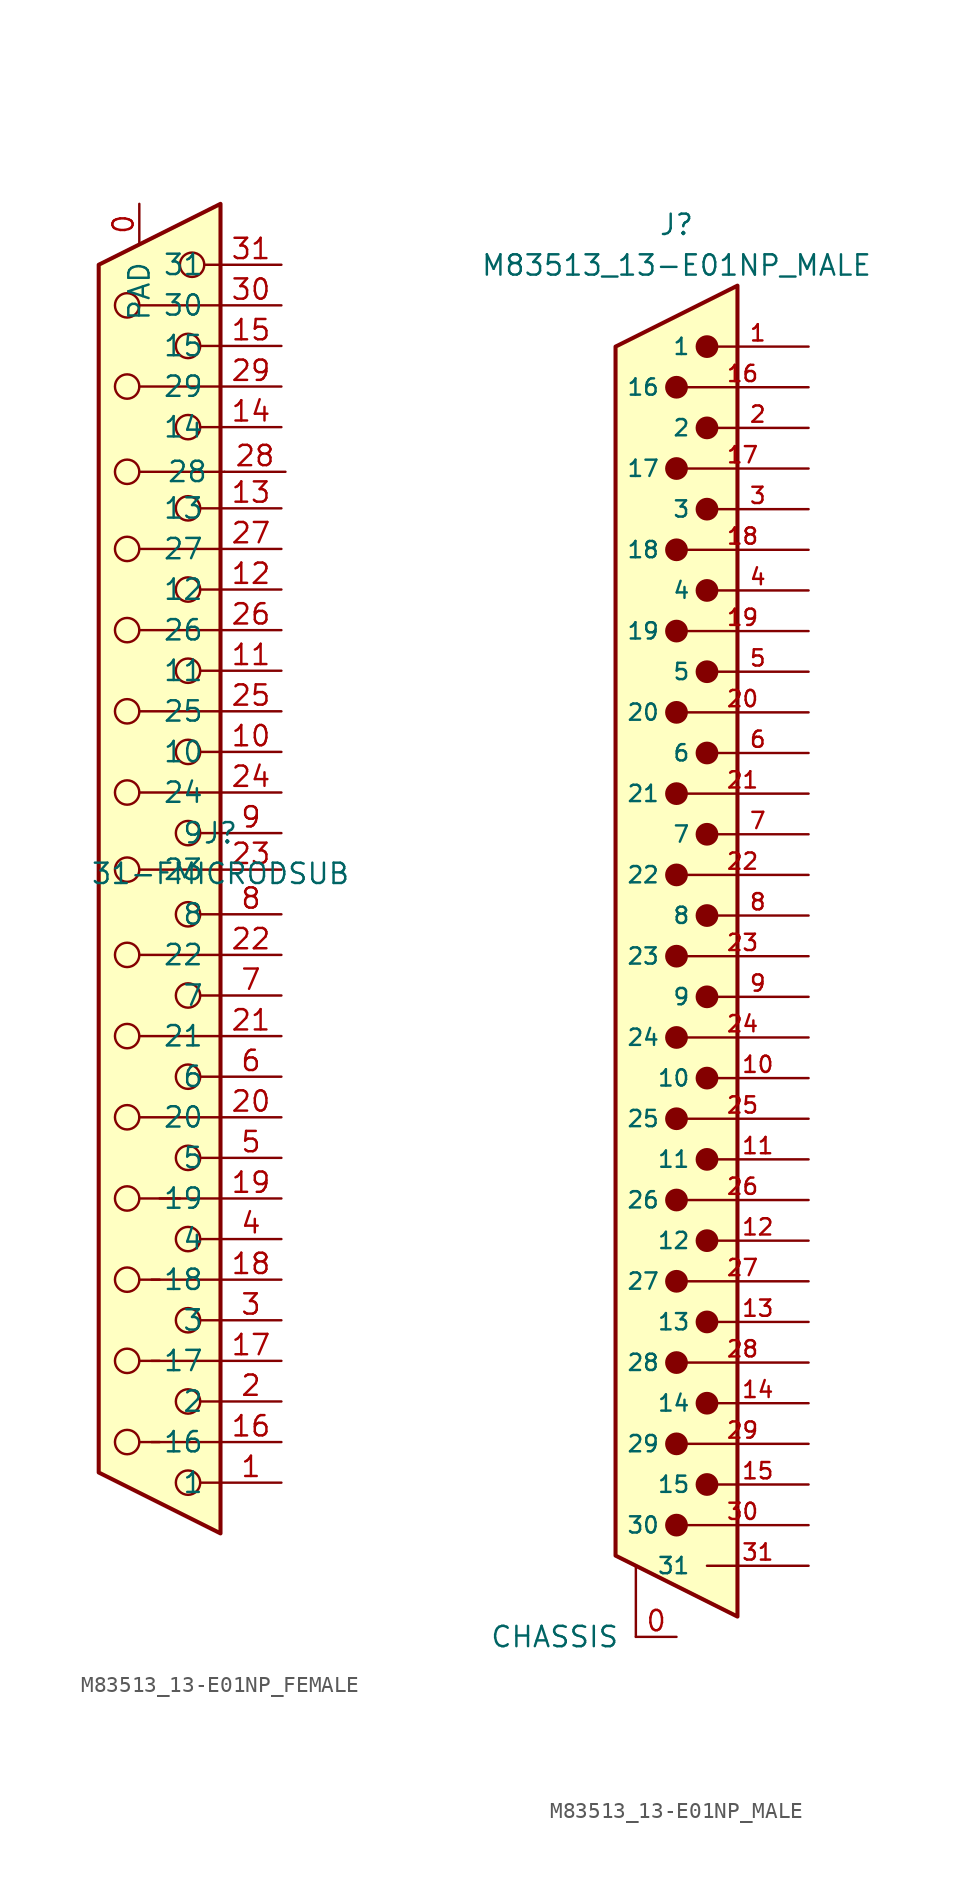
<source format=kicad_sym>
(kicad_symbol_lib
  (version 20241209)
  (generator "kicad_symbol_editor")
  (generator_version "9.0")
  (symbol "M83513_13-E01NP_FEMALE"
    (pin_names
      (offset 1.016))
    (property "Reference" "J"
      (at 0 2.54 0)
      (effects (font (size 1.27 1.27))))
    (property "Value" "31-FMICRODSUB"
      (at 0 0 0)
      (effects (font (size 1.27 1.27))))
    (symbol "M83513_13-E01NP_FEMALE_0_1"
      (circle (center -5.842 35.56) (radius 0.762) (stroke (width 0) (type default)) (fill (type none)))
      (circle (center -5.842 30.48) (radius 0.762) (stroke (width 0) (type default)) (fill (type none)))
      (circle (center -5.842 25.146) (radius 0.762) (stroke (width 0) (type default)) (fill (type none)))
      (circle (center -5.842 20.32) (radius 0.762) (stroke (width 0) (type default)) (fill (type none)))
      (circle (center -5.842 15.24) (radius 0.762) (stroke (width 0) (type default)) (fill (type none)))
      (circle (center -5.842 10.16) (radius 0.762) (stroke (width 0) (type default)) (fill (type none)))
      (circle (center -5.842 5.08) (radius 0.762) (stroke (width 0) (type default)) (fill (type none)))
      (circle (center -5.842 0.254) (radius 0.762) (stroke (width 0) (type default)) (fill (type none)))
      (circle (center -5.842 -5.08) (radius 0.762) (stroke (width 0) (type default)) (fill (type none)))
      (circle (center -5.842 -10.16) (radius 0.762) (stroke (width 0) (type default)) (fill (type none)))
      (circle (center -5.842 -15.24) (radius 0.762) (stroke (width 0) (type default)) (fill (type none)))
      (circle (center -5.842 -20.32) (radius 0.762) (stroke (width 0) (type default)) (fill (type none)))
      (circle (center -5.842 -25.4) (radius 0.762) (stroke (width 0) (type default)) (fill (type none)))
      (circle (center -5.842 -30.48) (radius 0.762) (stroke (width 0) (type default)) (fill (type none)))
      (circle (center -5.842 -35.56) (radius 0.762) (stroke (width 0) (type default)) (fill (type none)))
      (polyline (pts (xy -3.81 -25.4) (xy -5.08 -25.4)) (stroke (width 0) (type default)) (fill (type none)))
      (polyline (pts (xy -3.81 -30.48) (xy -5.08 -30.48)) (stroke (width 0) (type default)) (fill (type none)))
      (polyline (pts (xy -3.81 -35.56) (xy -5.08 -35.56)) (stroke (width 0) (type default)) (fill (type none)))
      (polyline (pts (xy -2.54 -20.32) (xy -3.81 -20.32)) (stroke (width 0) (type default)) (fill (type none)))
      (circle (center -2.032 33.02) (radius 0.762) (stroke (width 0) (type default)) (fill (type none)))
      (circle (center -2.032 27.94) (radius 0.762) (stroke (width 0) (type default)) (fill (type none)))
      (circle (center -2.032 22.86) (radius 0.762) (stroke (width 0) (type default)) (fill (type none)))
      (circle (center -2.032 17.78) (radius 0.762) (stroke (width 0) (type default)) (fill (type none)))
      (circle (center -2.032 12.7) (radius 0.762) (stroke (width 0) (type default)) (fill (type none)))
      (circle (center -2.032 7.62) (radius 0.762) (stroke (width 0) (type default)) (fill (type none)))
      (circle (center -2.032 2.54) (radius 0.762) (stroke (width 0) (type default)) (fill (type none)))
      (circle (center -2.032 -2.54) (radius 0.762) (stroke (width 0) (type default)) (fill (type none)))
      (circle (center -2.032 -7.62) (radius 0.762) (stroke (width 0) (type default)) (fill (type none)))
      (circle (center -2.032 -12.7) (radius 0.762) (stroke (width 0) (type default)) (fill (type none)))
      (circle (center -2.032 -17.78) (radius 0.762) (stroke (width 0) (type default)) (fill (type none)))
      (circle (center -2.032 -22.86) (radius 0.762) (stroke (width 0) (type default)) (fill (type none)))
      (circle (center -2.032 -27.94) (radius 0.762) (stroke (width 0) (type default)) (fill (type none)))
      (circle (center -2.032 -33.02) (radius 0.762) (stroke (width 0) (type default)) (fill (type none)))
      (circle (center -2.032 -38.1) (radius 0.762) (stroke (width 0) (type default)) (fill (type none)))
      (circle (center -1.778 38.1) (radius 0.762) (stroke (width 0) (type default)) (fill (type none)))
      (polyline (pts (xy 0 41.91) (xy -7.62 38.1) (xy -7.62 -37.465) (xy 0 -41.275) (xy 0 41.91)) (stroke (width 0.254) (type default)) (fill (type background)))
      (polyline (pts (xy 0 38.1) (xy -1.016 38.1)) (stroke (width 0) (type default)) (fill (type none)))
      (polyline (pts (xy 0 35.56) (xy -5.08 35.56)) (stroke (width 0) (type default)) (fill (type none)))
      (polyline (pts (xy 0 33.02) (xy -1.27 33.02)) (stroke (width 0) (type default)) (fill (type none)))
      (polyline (pts (xy 0 30.48) (xy -5.08 30.48)) (stroke (width 0) (type default)) (fill (type none)))
      (polyline (pts (xy 0 27.94) (xy -1.27 27.94)) (stroke (width 0) (type default)) (fill (type none)))
      (polyline (pts (xy 0 22.86) (xy -1.27 22.86)) (stroke (width 0) (type default)) (fill (type none)))
      (polyline (pts (xy 0 20.32) (xy -5.08 20.32)) (stroke (width 0) (type default)) (fill (type none)))
      (polyline (pts (xy 0 17.78) (xy -1.27 17.78)) (stroke (width 0) (type default)) (fill (type none)))
      (polyline (pts (xy 0 15.24) (xy -5.08 15.24)) (stroke (width 0) (type default)) (fill (type none)))
      (polyline (pts (xy 0 12.7) (xy -1.27 12.7)) (stroke (width 0) (type default)) (fill (type none)))
      (polyline (pts (xy 0 10.16) (xy -5.08 10.16)) (stroke (width 0) (type default)) (fill (type none)))
      (polyline (pts (xy 0 7.62) (xy -1.27 7.62)) (stroke (width 0) (type default)) (fill (type none)))
      (polyline (pts (xy 0 5.08) (xy -5.08 5.08)) (stroke (width 0) (type default)) (fill (type none)))
      (polyline (pts (xy 0 2.54) (xy -1.27 2.54)) (stroke (width 0) (type default)) (fill (type none)))
      (polyline (pts (xy 0 0.254) (xy -5.08 0.254)) (stroke (width 0) (type default)) (fill (type none)))
      (polyline (pts (xy 0 -2.54) (xy -1.27 -2.54)) (stroke (width 0) (type default)) (fill (type none)))
      (polyline (pts (xy 0 -5.08) (xy -5.08 -5.08)) (stroke (width 0) (type default)) (fill (type none)))
      (polyline (pts (xy 0 -7.62) (xy -1.27 -7.62)) (stroke (width 0) (type default)) (fill (type none)))
      (polyline (pts (xy 0 -10.16) (xy -5.08 -10.16)) (stroke (width 0) (type default)) (fill (type none)))
      (polyline (pts (xy 0 -12.7) (xy -1.27 -12.7)) (stroke (width 0) (type default)) (fill (type none)))
      (polyline (pts (xy 0 -15.24) (xy -5.08 -15.24)) (stroke (width 0) (type default)) (fill (type none)))
      (polyline (pts (xy 0 -17.78) (xy -1.27 -17.78)) (stroke (width 0) (type default)) (fill (type none)))
      (polyline (pts (xy 0 -20.32) (xy -5.08 -20.32)) (stroke (width 0) (type default)) (fill (type none)))
      (polyline (pts (xy 0 -22.86) (xy -1.27 -22.86)) (stroke (width 0) (type default)) (fill (type none)))
      (polyline (pts (xy 0 -25.4) (xy -4.318 -25.4)) (stroke (width 0) (type default)) (fill (type none)))
      (polyline (pts (xy 0 -27.94) (xy -1.27 -27.94)) (stroke (width 0) (type default)) (fill (type none)))
      (polyline (pts (xy 0 -30.48) (xy -4.318 -30.48)) (stroke (width 0) (type default)) (fill (type none)))
      (polyline (pts (xy 0 -33.02) (xy -1.27 -33.02)) (stroke (width 0) (type default)) (fill (type none)))
      (polyline (pts (xy 0 -35.56) (xy -4.318 -35.56)) (stroke (width 0) (type default)) (fill (type none)))
      (polyline (pts (xy 0 -38.1) (xy -1.27 -38.1)) (stroke (width 0) (type default)) (fill (type none)))
      (polyline (pts (xy 0.254 25.146) (xy -5.08 25.146)) (stroke (width 0) (type default)) (fill (type none))))
    (symbol "M83513_13-E01NP_FEMALE_1_1"
      (pin passive line (at -5.08 41.91 270) (length 2.54) (name "PAD" (effects (font (size 1.27 1.27)))) (number "0" (effects (font (size 1.27 1.27)))))
      (pin passive line (at 3.81 38.1 180) (length 3.81) (name "31" (effects (font (size 1.27 1.27)))) (number "31" (effects (font (size 1.27 1.27)))))
      (pin passive line (at 3.81 35.56 180) (length 3.81) (name "30" (effects (font (size 1.27 1.27)))) (number "30" (effects (font (size 1.27 1.27)))))
      (pin passive line (at 3.81 33.02 180) (length 3.81) (name "15" (effects (font (size 1.27 1.27)))) (number "15" (effects (font (size 1.27 1.27)))))
      (pin passive line (at 3.81 30.48 180) (length 3.81) (name "29" (effects (font (size 1.27 1.27)))) (number "29" (effects (font (size 1.27 1.27)))))
      (pin passive line (at 3.81 27.94 180) (length 3.81) (name "14" (effects (font (size 1.27 1.27)))) (number "14" (effects (font (size 1.27 1.27)))))
      (pin passive line (at 3.81 22.86 180) (length 3.81) (name "13" (effects (font (size 1.27 1.27)))) (number "13" (effects (font (size 1.27 1.27)))))
      (pin passive line (at 3.81 20.32 180) (length 3.81) (name "27" (effects (font (size 1.27 1.27)))) (number "27" (effects (font (size 1.27 1.27)))))
      (pin passive line (at 3.81 17.78 180) (length 3.81) (name "12" (effects (font (size 1.27 1.27)))) (number "12" (effects (font (size 1.27 1.27)))))
      (pin passive line (at 3.81 15.24 180) (length 3.81) (name "26" (effects (font (size 1.27 1.27)))) (number "26" (effects (font (size 1.27 1.27)))))
      (pin passive line (at 3.81 12.7 180) (length 3.81) (name "11" (effects (font (size 1.27 1.27)))) (number "11" (effects (font (size 1.27 1.27)))))
      (pin passive line (at 3.81 10.16 180) (length 3.81) (name "25" (effects (font (size 1.27 1.27)))) (number "25" (effects (font (size 1.27 1.27)))))
      (pin passive line (at 3.81 7.62 180) (length 3.81) (name "10" (effects (font (size 1.27 1.27)))) (number "10" (effects (font (size 1.27 1.27)))))
      (pin passive line (at 3.81 5.08 180) (length 3.81) (name "24" (effects (font (size 1.27 1.27)))) (number "24" (effects (font (size 1.27 1.27)))))
      (pin passive line (at 3.81 2.54 180) (length 3.81) (name "9" (effects (font (size 1.27 1.27)))) (number "9" (effects (font (size 1.27 1.27)))))
      (pin passive line (at 3.81 0.254 180) (length 3.81) (name "23" (effects (font (size 1.27 1.27)))) (number "23" (effects (font (size 1.27 1.27)))))
      (pin passive line (at 3.81 -2.54 180) (length 3.81) (name "8" (effects (font (size 1.27 1.27)))) (number "8" (effects (font (size 1.27 1.27)))))
      (pin passive line (at 3.81 -5.08 180) (length 3.81) (name "22" (effects (font (size 1.27 1.27)))) (number "22" (effects (font (size 1.27 1.27)))))
      (pin passive line (at 3.81 -7.62 180) (length 3.81) (name "7" (effects (font (size 1.27 1.27)))) (number "7" (effects (font (size 1.27 1.27)))))
      (pin passive line (at 3.81 -10.16 180) (length 3.81) (name "21" (effects (font (size 1.27 1.27)))) (number "21" (effects (font (size 1.27 1.27)))))
      (pin passive line (at 3.81 -12.7 180) (length 3.81) (name "6" (effects (font (size 1.27 1.27)))) (number "6" (effects (font (size 1.27 1.27)))))
      (pin passive line (at 3.81 -15.24 180) (length 3.81) (name "20" (effects (font (size 1.27 1.27)))) (number "20" (effects (font (size 1.27 1.27)))))
      (pin passive line (at 3.81 -17.78 180) (length 3.81) (name "5" (effects (font (size 1.27 1.27)))) (number "5" (effects (font (size 1.27 1.27)))))
      (pin passive line (at 3.81 -20.32 180) (length 3.81) (name "19" (effects (font (size 1.27 1.27)))) (number "19" (effects (font (size 1.27 1.27)))))
      (pin passive line (at 3.81 -22.86 180) (length 3.81) (name "4" (effects (font (size 1.27 1.27)))) (number "4" (effects (font (size 1.27 1.27)))))
      (pin passive line (at 3.81 -25.4 180) (length 3.81) (name "18" (effects (font (size 1.27 1.27)))) (number "18" (effects (font (size 1.27 1.27)))))
      (pin passive line (at 3.81 -27.94 180) (length 3.81) (name "3" (effects (font (size 1.27 1.27)))) (number "3" (effects (font (size 1.27 1.27)))))
      (pin passive line (at 3.81 -30.48 180) (length 3.81) (name "17" (effects (font (size 1.27 1.27)))) (number "17" (effects (font (size 1.27 1.27)))))
      (pin passive line (at 3.81 -33.02 180) (length 3.81) (name "2" (effects (font (size 1.27 1.27)))) (number "2" (effects (font (size 1.27 1.27)))))
      (pin passive line (at 3.81 -35.56 180) (length 3.81) (name "16" (effects (font (size 1.27 1.27)))) (number "16" (effects (font (size 1.27 1.27)))))
      (pin passive line (at 3.81 -38.1 180) (length 3.81) (name "1" (effects (font (size 1.27 1.27)))) (number "1" (effects (font (size 1.27 1.27)))))
      (pin passive line (at 4.064 25.146 180) (length 3.81) (name "28" (effects (font (size 1.27 1.27)))) (number "28" (effects (font (size 1.27 1.27)))))))
  (symbol "M83513_13-E01NP_MALE"
    (pin_names
      (offset 1.016))
    (property "Reference" "J"
      (at -8.89 44.45 0)
      (effects (font (size 1.27 1.27))))
    (property "Value" "M83513_13-E01NP_MALE"
      (at -8.89 41.91 0)
      (effects (font (size 1.27 1.27))))
    (symbol "M83513_13-E01NP_MALE_0_0"
      (pin bidirectional line (at -0.635 36.83 180) (length 6.35) (name "1" (effects (font (size 1.016 1.016)))) (number "1" (effects (font (size 1.016 1.016)))))
      (pin bidirectional line (at -0.635 34.29 180) (length 8.255) (name "16" (effects (font (size 1.016 1.016)))) (number "16" (effects (font (size 1.016 1.016)))))
      (pin bidirectional line (at -0.635 31.75 180) (length 6.35) (name "2" (effects (font (size 1.016 1.016)))) (number "2" (effects (font (size 1.016 1.016)))))
      (pin bidirectional line (at -0.635 29.21 180) (length 8.255) (name "17" (effects (font (size 1.016 1.016)))) (number "17" (effects (font (size 1.016 1.016)))))
      (pin bidirectional line (at -0.635 26.67 180) (length 6.35) (name "3" (effects (font (size 1.016 1.016)))) (number "3" (effects (font (size 1.016 1.016)))))
      (pin bidirectional line (at -0.635 24.13 180) (length 8.255) (name "18" (effects (font (size 1.016 1.016)))) (number "18" (effects (font (size 1.016 1.016)))))
      (pin bidirectional line (at -0.635 21.59 180) (length 6.35) (name "4" (effects (font (size 1.016 1.016)))) (number "4" (effects (font (size 1.016 1.016)))))
      (pin bidirectional line (at -0.635 19.05 180) (length 8.255) (name "19" (effects (font (size 1.016 1.016)))) (number "19" (effects (font (size 1.016 1.016)))))
      (pin bidirectional line (at -0.635 16.51 180) (length 6.35) (name "5" (effects (font (size 1.016 1.016)))) (number "5" (effects (font (size 1.016 1.016)))))
      (pin bidirectional line (at -0.635 13.97 180) (length 8.255) (name "20" (effects (font (size 1.016 1.016)))) (number "20" (effects (font (size 1.016 1.016)))))
      (pin bidirectional line (at -0.635 11.43 180) (length 6.35) (name "6" (effects (font (size 1.016 1.016)))) (number "6" (effects (font (size 1.016 1.016)))))
      (pin bidirectional line (at -0.635 8.89 180) (length 8.255) (name "21" (effects (font (size 1.016 1.016)))) (number "21" (effects (font (size 1.016 1.016)))))
      (pin bidirectional line (at -0.635 6.35 180) (length 6.35) (name "7" (effects (font (size 1.016 1.016)))) (number "7" (effects (font (size 1.016 1.016)))))
      (pin bidirectional line (at -0.635 3.81 180) (length 8.255) (name "22" (effects (font (size 1.016 1.016)))) (number "22" (effects (font (size 1.016 1.016)))))
      (pin bidirectional line (at -0.635 1.27 180) (length 6.35) (name "8" (effects (font (size 1.016 1.016)))) (number "8" (effects (font (size 1.016 1.016)))))
      (pin bidirectional line (at -0.635 -1.27 180) (length 8.255) (name "23" (effects (font (size 1.016 1.016)))) (number "23" (effects (font (size 1.016 1.016)))))
      (pin bidirectional line (at -0.635 -3.81 180) (length 6.35) (name "9" (effects (font (size 1.016 1.016)))) (number "9" (effects (font (size 1.016 1.016)))))
      (pin bidirectional line (at -0.635 -8.89 180) (length 6.35) (name "10" (effects (font (size 1.016 1.016)))) (number "10" (effects (font (size 1.016 1.016)))))
      (pin bidirectional line (at -0.635 -11.43 180) (length 8.255) (name "25" (effects (font (size 1.016 1.016)))) (number "25" (effects (font (size 1.016 1.016)))))
      (pin bidirectional line (at -0.635 -13.97 180) (length 6.35) (name "11" (effects (font (size 1.016 1.016)))) (number "11" (effects (font (size 1.016 1.016)))))
      (pin bidirectional line (at -0.635 -16.51 180) (length 8.255) (name "26" (effects (font (size 1.016 1.016)))) (number "26" (effects (font (size 1.016 1.016)))))
      (pin bidirectional line (at -0.635 -19.05 180) (length 6.35) (name "12" (effects (font (size 1.016 1.016)))) (number "12" (effects (font (size 1.016 1.016)))))
      (pin bidirectional line (at -0.635 -21.59 180) (length 8.255) (name "27" (effects (font (size 1.016 1.016)))) (number "27" (effects (font (size 1.016 1.016)))))
      (pin bidirectional line (at -0.635 -24.13 180) (length 6.35) (name "13" (effects (font (size 1.016 1.016)))) (number "13" (effects (font (size 1.016 1.016)))))
      (pin bidirectional line (at -0.635 -26.67 180) (length 8.255) (name "28" (effects (font (size 1.016 1.016)))) (number "28" (effects (font (size 1.016 1.016)))))
      (pin bidirectional line (at -0.635 -29.21 180) (length 6.35) (name "14" (effects (font (size 1.016 1.016)))) (number "14" (effects (font (size 1.016 1.016)))))
      (pin bidirectional line (at -0.635 -31.75 180) (length 8.255) (name "29" (effects (font (size 1.016 1.016)))) (number "29" (effects (font (size 1.016 1.016)))))
      (pin bidirectional line (at -0.635 -34.29 180) (length 6.35) (name "15" (effects (font (size 1.016 1.016)))) (number "15" (effects (font (size 1.016 1.016)))))
      (pin bidirectional line (at -0.635 -36.83 180) (length 8.255) (name "30" (effects (font (size 1.016 1.016)))) (number "30" (effects (font (size 1.016 1.016)))))
      (pin bidirectional line (at -0.635 -39.37 180) (length 6.35) (name "31" (effects (font (size 1.016 1.016)))) (number "31" (effects (font (size 1.016 1.016))))))
    (symbol "M83513_13-E01NP_MALE_0_1"
      (polyline (pts (xy -5.08 40.64) (xy -12.7 36.83) (xy -12.7 -38.735) (xy -5.08 -42.545) (xy -5.08 40.64)) (stroke (width 0.254) (type default)) (fill (type background))))
    (symbol "M83513_13-E01NP_MALE_1_0"
      (pin bidirectional line (at -0.635 -6.35 180) (length 8.255) (name "24" (effects (font (size 1.016 1.016)))) (number "24" (effects (font (size 1.016 1.016))))))
    (symbol "M83513_13-E01NP_MALE_1_1"
      (polyline (pts (xy -11.43 -43.815) (xy -11.43 -39.37)) (stroke (width 0) (type default)) (fill (type none)))
      (circle (center -8.89 34.29) (radius 0.635) (stroke (width 0) (type solid)) (fill (type outline)))
      (circle (center -8.89 29.21) (radius 0.635) (stroke (width 0) (type solid)) (fill (type outline)))
      (circle (center -8.89 24.13) (radius 0.635) (stroke (width 0) (type solid)) (fill (type outline)))
      (circle (center -8.89 19.05) (radius 0.635) (stroke (width 0) (type solid)) (fill (type outline)))
      (circle (center -8.89 13.97) (radius 0.635) (stroke (width 0) (type solid)) (fill (type outline)))
      (circle (center -8.89 8.89) (radius 0.635) (stroke (width 0) (type solid)) (fill (type outline)))
      (circle (center -8.89 3.81) (radius 0.635) (stroke (width 0) (type solid)) (fill (type outline)))
      (circle (center -8.89 -1.27) (radius 0.635) (stroke (width 0) (type solid)) (fill (type outline)))
      (circle (center -8.89 -6.35) (radius 0.635) (stroke (width 0) (type solid)) (fill (type outline)))
      (circle (center -8.89 -11.43) (radius 0.635) (stroke (width 0) (type solid)) (fill (type outline)))
      (circle (center -8.89 -16.51) (radius 0.635) (stroke (width 0) (type solid)) (fill (type outline)))
      (circle (center -8.89 -21.59) (radius 0.635) (stroke (width 0) (type solid)) (fill (type outline)))
      (circle (center -8.89 -26.67) (radius 0.635) (stroke (width 0) (type solid)) (fill (type outline)))
      (circle (center -8.89 -31.75) (radius 0.635) (stroke (width 0) (type solid)) (fill (type outline)))
      (circle (center -8.89 -36.83) (radius 0.635) (stroke (width 0) (type solid)) (fill (type outline)))
      (circle (center -6.985 36.83) (radius 0.635) (stroke (width 0) (type solid)) (fill (type outline)))
      (circle (center -6.985 31.75) (radius 0.635) (stroke (width 0) (type solid)) (fill (type outline)))
      (circle (center -6.985 26.67) (radius 0.635) (stroke (width 0) (type solid)) (fill (type outline)))
      (circle (center -6.985 21.59) (radius 0.635) (stroke (width 0) (type solid)) (fill (type outline)))
      (circle (center -6.985 16.51) (radius 0.635) (stroke (width 0) (type solid)) (fill (type outline)))
      (circle (center -6.985 11.43) (radius 0.635) (stroke (width 0) (type solid)) (fill (type outline)))
      (circle (center -6.985 6.35) (radius 0.635) (stroke (width 0) (type solid)) (fill (type outline)))
      (circle (center -6.985 1.27) (radius 0.635) (stroke (width 0) (type solid)) (fill (type outline)))
      (circle (center -6.985 -3.81) (radius 0.635) (stroke (width 0) (type solid)) (fill (type outline)))
      (circle (center -6.985 -8.89) (radius 0.635) (stroke (width 0) (type solid)) (fill (type outline)))
      (circle (center -6.985 -13.97) (radius 0.635) (stroke (width 0) (type solid)) (fill (type outline)))
      (circle (center -6.985 -19.05) (radius 0.635) (stroke (width 0) (type solid)) (fill (type outline)))
      (circle (center -6.985 -24.13) (radius 0.635) (stroke (width 0) (type solid)) (fill (type outline)))
      (circle (center -6.985 -29.21) (radius 0.635) (stroke (width 0) (type solid)) (fill (type outline)))
      (circle (center -6.985 -34.29) (radius 0.635) (stroke (width 0) (type solid)) (fill (type outline)))
      (pin passive line (at -8.89 -43.815 180) (length 2.54) (name "CHASSIS" (effects (font (size 1.27 1.27)))) (number "0" (effects (font (size 1.27 1.27))))))))
</source>
